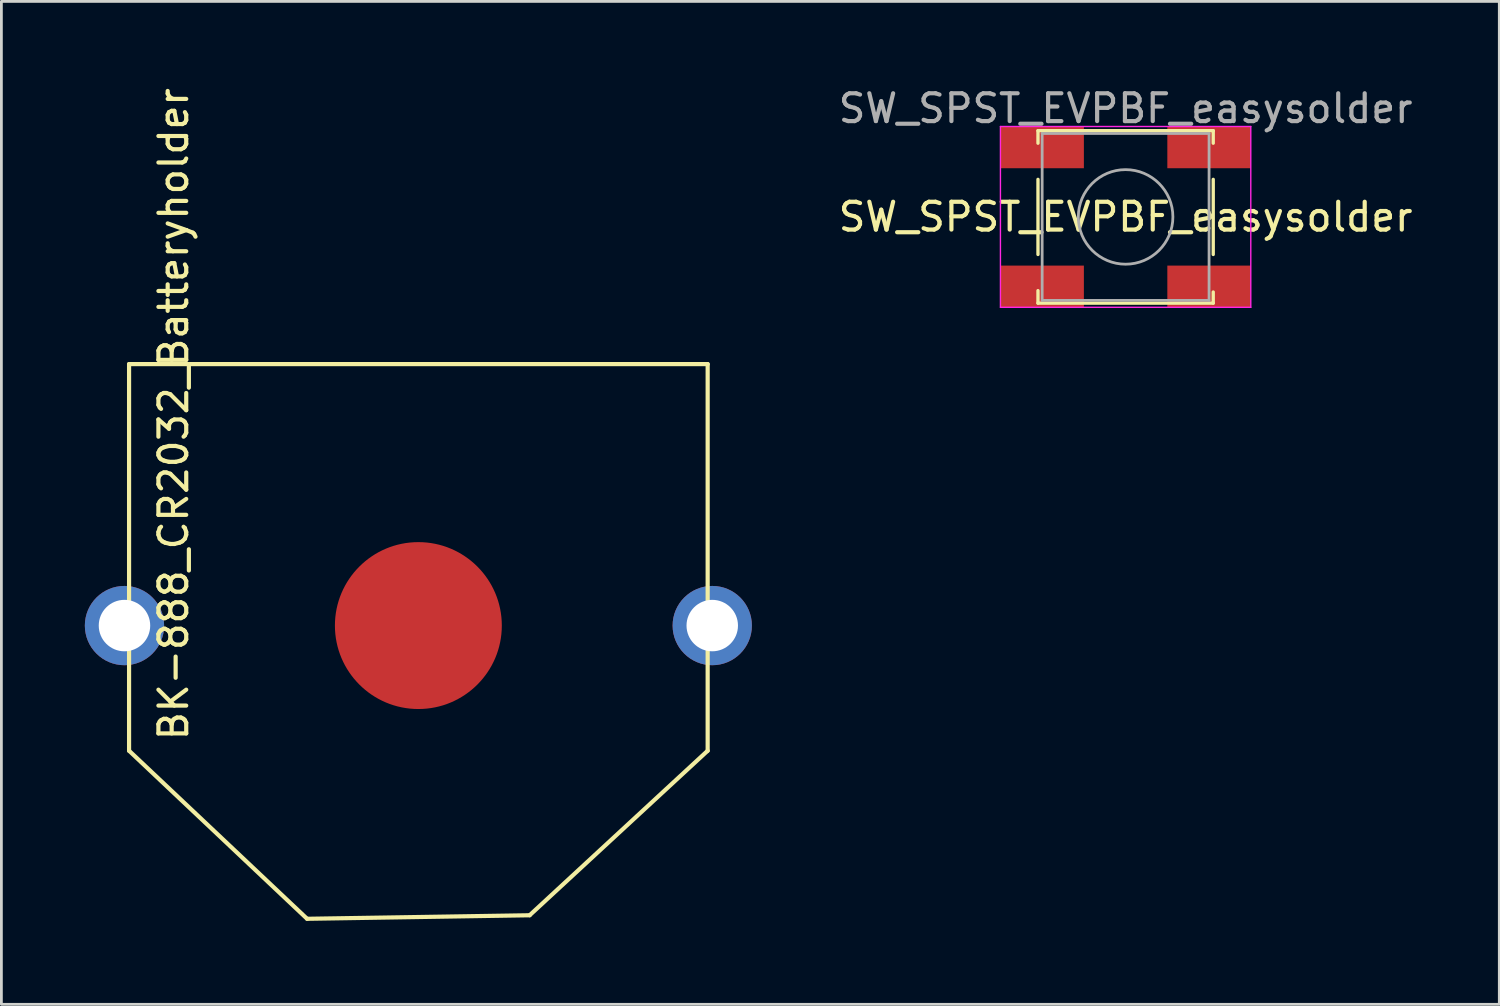
<source format=kicad_pcb>
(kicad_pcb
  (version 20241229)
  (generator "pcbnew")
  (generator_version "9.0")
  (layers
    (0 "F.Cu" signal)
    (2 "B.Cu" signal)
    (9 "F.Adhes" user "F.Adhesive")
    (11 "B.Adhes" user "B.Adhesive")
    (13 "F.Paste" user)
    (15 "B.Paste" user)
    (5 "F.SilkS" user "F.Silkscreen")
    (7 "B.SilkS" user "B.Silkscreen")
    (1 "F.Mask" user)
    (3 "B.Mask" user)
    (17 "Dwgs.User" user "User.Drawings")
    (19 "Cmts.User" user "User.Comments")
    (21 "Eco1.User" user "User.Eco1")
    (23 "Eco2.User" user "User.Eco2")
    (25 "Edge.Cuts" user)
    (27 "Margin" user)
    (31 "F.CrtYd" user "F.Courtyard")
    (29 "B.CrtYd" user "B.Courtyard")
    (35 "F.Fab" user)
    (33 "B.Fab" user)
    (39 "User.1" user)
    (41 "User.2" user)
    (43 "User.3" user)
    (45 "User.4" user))
  (footprint "BK-888_CR2032_Batteryholder"
    (layer "F.Cu")
    (at 11.99 19.439)
    (property "Reference" "BK-888_CR2032_Batteryholder" (at -8.8 -7.6 90) (layer "F.SilkS") (effects (font (size 1 1) (thickness 0.15))))
    (attr through_hole)
    (fp_line (start -10.4 -9.4) (end 10.4 -9.4) (stroke (width 0.15) (type solid)) (layer "F.SilkS"))
    (fp_line (start -10.4 4.5) (end -10.4 -9.4) (stroke (width 0.15) (type solid)) (layer "F.SilkS"))
    (fp_line (start -10.4 4.5) (end -4 10.541) (stroke (width 0.15) (type solid)) (layer "F.SilkS"))
    (fp_line (start -4 10.541) (end 4 10.414) (stroke (width 0.15) (type solid)) (layer "F.SilkS"))
    (fp_line (start 4 10.414) (end 10.4 4.5) (stroke (width 0.15) (type solid)) (layer "F.SilkS"))
    (fp_line (start 10.4 4.5) (end 10.4 -9.4) (stroke (width 0.15) (type solid)) (layer "F.SilkS"))
    (pad "1" thru_hole circle (at -10.565 0) (size 2.85 2.85) (drill 1.85) (layers "*.Cu" "*.Mask"))
    (pad "1" thru_hole circle (at 10.565 0) (size 2.85 2.85) (drill 1.85) (layers "*.Cu" "*.Mask"))
    (pad "2" smd circle (at 0 0) (size 6 6) (layers "F.Cu" "F.Mask" "F.Paste")))
  (footprint "SW_SPST_EVPBF_easysolder"
    (layer "F.Cu")
    (at 37.415 4.748)
    (property "Reference" "SW_SPST_EVPBF_easysolder" (at 0 0 0) (layer "F.SilkS") (effects (font (size 1 1) (thickness 0.15))))
    (attr smd)
    (fp_line (start -3.15 -3.1) (end 3.15 -3.1) (stroke (width 0.12) (type solid)) (layer "F.SilkS"))
    (fp_line (start -3.15 -2.65) (end -3.15 -3.1) (stroke (width 0.12) (type solid)) (layer "F.SilkS"))
    (fp_line (start -3.15 1.35) (end -3.15 -1.35) (stroke (width 0.12) (type solid)) (layer "F.SilkS"))
    (fp_line (start -3.15 2.65) (end -3.15 3.1) (stroke (width 0.12) (type solid)) (layer "F.SilkS"))
    (fp_line (start -3.15 3.1) (end 3.15 3.1) (stroke (width 0.12) (type solid)) (layer "F.SilkS"))
    (fp_line (start 3.15 -3.1) (end 3.15 -2.65) (stroke (width 0.12) (type solid)) (layer "F.SilkS"))
    (fp_line (start 3.15 -1.35) (end 3.15 1.35) (stroke (width 0.12) (type solid)) (layer "F.SilkS"))
    (fp_line (start 3.15 3.1) (end 3.15 2.7) (stroke (width 0.12) (type solid)) (layer "F.SilkS"))
    (fp_line (start -4.5 -3.25) (end 4.5 -3.25) (stroke (width 0.05) (type solid)) (layer "F.CrtYd"))
    (fp_line (start -4.5 3.25) (end -4.5 -3.25) (stroke (width 0.05) (type solid)) (layer "F.CrtYd"))
    (fp_line (start 4.5 -3.25) (end 4.5 3.25) (stroke (width 0.05) (type solid)) (layer "F.CrtYd"))
    (fp_line (start 4.5 3.25) (end -4.5 3.25) (stroke (width 0.05) (type solid)) (layer "F.CrtYd"))
    (fp_line (start -3 -3) (end 3 -3) (stroke (width 0.1) (type solid)) (layer "F.Fab"))
    (fp_line (start -3 3) (end -3 -3) (stroke (width 0.1) (type solid)) (layer "F.Fab"))
    (fp_line (start 3 -3) (end 3 3) (stroke (width 0.1) (type solid)) (layer "F.Fab"))
    (fp_line (start 3 3) (end -3 3) (stroke (width 0.1) (type solid)) (layer "F.Fab"))
    (fp_circle (center 0 0) (end 1.7 0) (stroke (width 0.1) (type solid)) (fill no) (layer "F.Fab"))
    (fp_text user "${REFERENCE}" (at 0 -3.9 0) (layer "F.Fab") (effects (font (size 1 1) (thickness 0.15))))
    (pad "1" smd rect (at -3 -2.5) (size 3 1.5) (layers "F.Cu" "F.Mask" "F.Paste"))
    (pad "1" smd rect (at 3 -2.5) (size 3 1.5) (layers "F.Cu" "F.Mask" "F.Paste"))
    (pad "2" smd rect (at -3 2.5) (size 3 1.5) (layers "F.Cu" "F.Mask" "F.Paste"))
    (pad "2" smd rect (at 3 2.5) (size 3 1.5) (layers "F.Cu" "F.Mask" "F.Paste")))
  (gr_rect
    (start -3 -3)
    (end 50.849 33.055)
    (stroke (width 0.1) (type default))
    (fill no)
    (layer "Edge.Cuts")))
</source>
